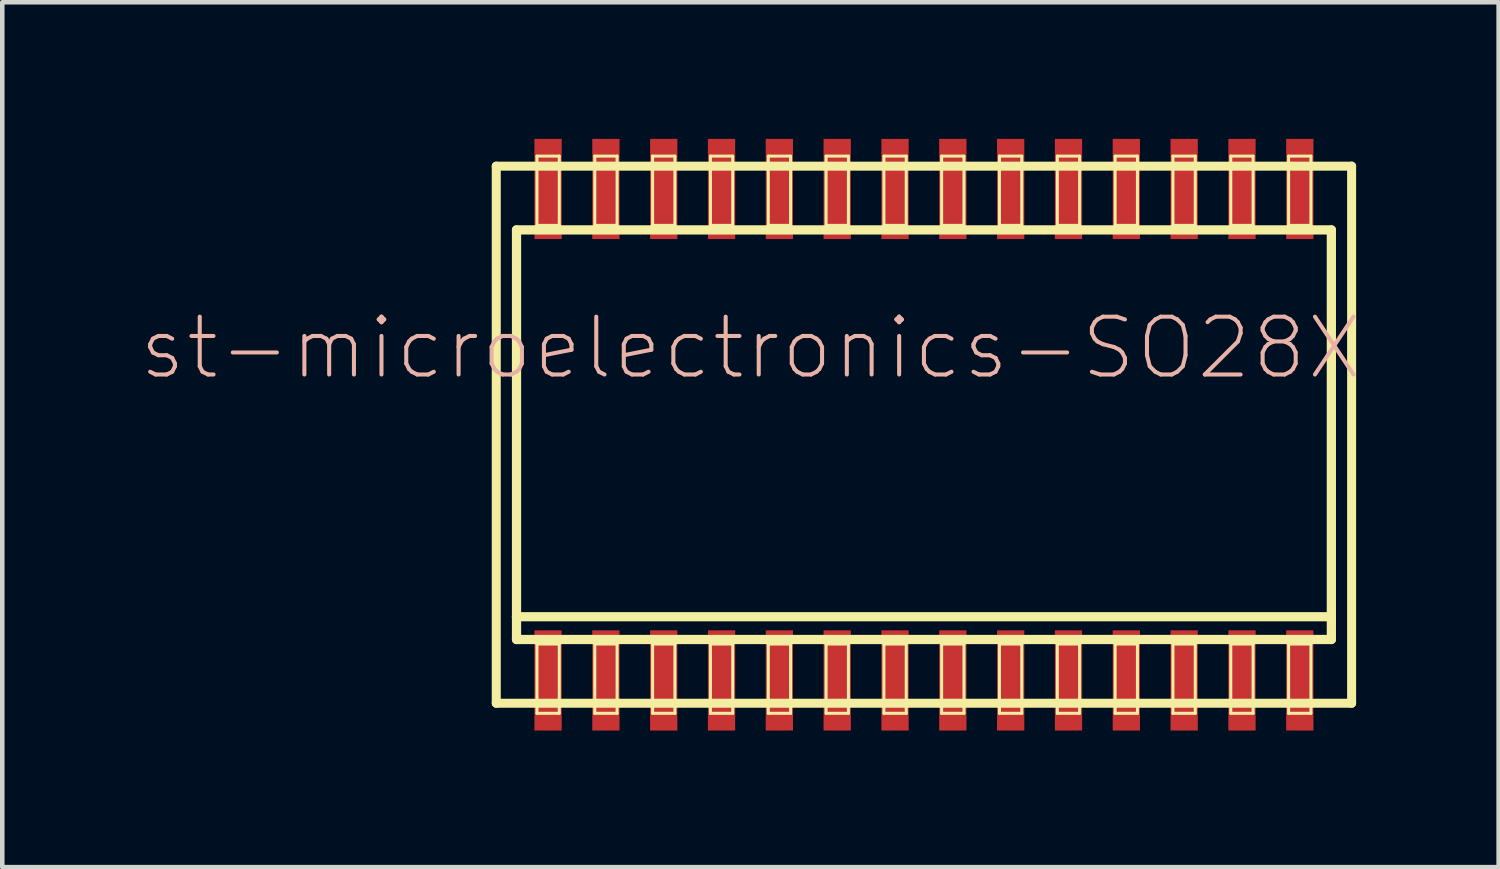
<source format=kicad_pcb>
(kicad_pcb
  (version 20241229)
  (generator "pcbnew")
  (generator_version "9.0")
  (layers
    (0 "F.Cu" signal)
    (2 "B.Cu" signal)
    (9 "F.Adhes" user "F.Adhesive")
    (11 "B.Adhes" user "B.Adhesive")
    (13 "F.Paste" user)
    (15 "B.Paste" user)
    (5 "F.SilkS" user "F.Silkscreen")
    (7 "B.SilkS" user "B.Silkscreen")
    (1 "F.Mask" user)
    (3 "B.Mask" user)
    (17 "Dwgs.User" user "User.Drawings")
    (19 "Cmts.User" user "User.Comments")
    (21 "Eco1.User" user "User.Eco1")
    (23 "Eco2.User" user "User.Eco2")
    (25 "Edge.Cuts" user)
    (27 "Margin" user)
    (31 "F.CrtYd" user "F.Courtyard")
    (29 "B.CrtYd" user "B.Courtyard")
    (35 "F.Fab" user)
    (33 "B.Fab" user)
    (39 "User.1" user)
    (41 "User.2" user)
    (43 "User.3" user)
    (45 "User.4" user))
  (footprint "st-microelectronics-SO28X"
    (layer "F.Cu")
    (at 17.242 6.497)
    (property "Reference" "st-microelectronics-SO28X" (at -3.81 -1.905 0) (layer "B.SilkS") (effects (font (size 1.27 1.27) (thickness 0.089))))
    (attr smd)
    (fp_line (start -9.393 -5.898) (end 9.393 -5.898) (stroke (width 0.198) (type solid)) (layer "F.SilkS"))
    (fp_line (start -9.393 5.898) (end -9.393 -5.898) (stroke (width 0.198) (type solid)) (layer "F.SilkS"))
    (fp_line (start -8.948 -4.498) (end 8.948 -4.498) (stroke (width 0.203) (type solid)) (layer "F.SilkS"))
    (fp_line (start -8.948 3.998) (end -8.948 -4.498) (stroke (width 0.203) (type solid)) (layer "F.SilkS"))
    (fp_line (start -8.948 4.498) (end -8.948 3.998) (stroke (width 0.203) (type solid)) (layer "F.SilkS"))
    (fp_line (start -8.499 -6.119) (end -8.009 -6.119) (stroke (width 0.066) (type solid)) (layer "F.SilkS"))
    (fp_line (start -8.499 -4.597) (end -8.499 -6.119) (stroke (width 0.066) (type solid)) (layer "F.SilkS"))
    (fp_line (start -8.499 -4.597) (end -8.009 -4.597) (stroke (width 0.066) (type solid)) (layer "F.SilkS"))
    (fp_line (start -8.499 4.597) (end -8.009 4.597) (stroke (width 0.066) (type solid)) (layer "F.SilkS"))
    (fp_line (start -8.499 6.119) (end -8.499 4.597) (stroke (width 0.066) (type solid)) (layer "F.SilkS"))
    (fp_line (start -8.499 6.119) (end -8.009 6.119) (stroke (width 0.066) (type solid)) (layer "F.SilkS"))
    (fp_line (start -8.009 -4.597) (end -8.009 -6.119) (stroke (width 0.066) (type solid)) (layer "F.SilkS"))
    (fp_line (start -8.009 6.119) (end -8.009 4.597) (stroke (width 0.066) (type solid)) (layer "F.SilkS"))
    (fp_line (start -7.229 -6.119) (end -6.739 -6.119) (stroke (width 0.066) (type solid)) (layer "F.SilkS"))
    (fp_line (start -7.229 -4.597) (end -7.229 -6.119) (stroke (width 0.066) (type solid)) (layer "F.SilkS"))
    (fp_line (start -7.229 -4.597) (end -6.739 -4.597) (stroke (width 0.066) (type solid)) (layer "F.SilkS"))
    (fp_line (start -7.229 4.597) (end -6.739 4.597) (stroke (width 0.066) (type solid)) (layer "F.SilkS"))
    (fp_line (start -7.229 6.119) (end -7.229 4.597) (stroke (width 0.066) (type solid)) (layer "F.SilkS"))
    (fp_line (start -7.229 6.119) (end -6.739 6.119) (stroke (width 0.066) (type solid)) (layer "F.SilkS"))
    (fp_line (start -6.739 -4.597) (end -6.739 -6.119) (stroke (width 0.066) (type solid)) (layer "F.SilkS"))
    (fp_line (start -6.739 6.119) (end -6.739 4.597) (stroke (width 0.066) (type solid)) (layer "F.SilkS"))
    (fp_line (start -5.959 -6.119) (end -5.469 -6.119) (stroke (width 0.066) (type solid)) (layer "F.SilkS"))
    (fp_line (start -5.959 -4.597) (end -5.959 -6.119) (stroke (width 0.066) (type solid)) (layer "F.SilkS"))
    (fp_line (start -5.959 -4.597) (end -5.469 -4.597) (stroke (width 0.066) (type solid)) (layer "F.SilkS"))
    (fp_line (start -5.959 4.597) (end -5.469 4.597) (stroke (width 0.066) (type solid)) (layer "F.SilkS"))
    (fp_line (start -5.959 6.119) (end -5.959 4.597) (stroke (width 0.066) (type solid)) (layer "F.SilkS"))
    (fp_line (start -5.959 6.119) (end -5.469 6.119) (stroke (width 0.066) (type solid)) (layer "F.SilkS"))
    (fp_line (start -5.469 -4.597) (end -5.469 -6.119) (stroke (width 0.066) (type solid)) (layer "F.SilkS"))
    (fp_line (start -5.469 6.119) (end -5.469 4.597) (stroke (width 0.066) (type solid)) (layer "F.SilkS"))
    (fp_line (start -4.689 -6.119) (end -4.199 -6.119) (stroke (width 0.066) (type solid)) (layer "F.SilkS"))
    (fp_line (start -4.689 -4.597) (end -4.689 -6.119) (stroke (width 0.066) (type solid)) (layer "F.SilkS"))
    (fp_line (start -4.689 -4.597) (end -4.199 -4.597) (stroke (width 0.066) (type solid)) (layer "F.SilkS"))
    (fp_line (start -4.689 4.597) (end -4.199 4.597) (stroke (width 0.066) (type solid)) (layer "F.SilkS"))
    (fp_line (start -4.689 6.119) (end -4.689 4.597) (stroke (width 0.066) (type solid)) (layer "F.SilkS"))
    (fp_line (start -4.689 6.119) (end -4.199 6.119) (stroke (width 0.066) (type solid)) (layer "F.SilkS"))
    (fp_line (start -4.199 -4.597) (end -4.199 -6.119) (stroke (width 0.066) (type solid)) (layer "F.SilkS"))
    (fp_line (start -4.199 6.119) (end -4.199 4.597) (stroke (width 0.066) (type solid)) (layer "F.SilkS"))
    (fp_line (start -3.419 -6.119) (end -2.929 -6.119) (stroke (width 0.066) (type solid)) (layer "F.SilkS"))
    (fp_line (start -3.419 -4.597) (end -3.419 -6.119) (stroke (width 0.066) (type solid)) (layer "F.SilkS"))
    (fp_line (start -3.419 -4.597) (end -2.929 -4.597) (stroke (width 0.066) (type solid)) (layer "F.SilkS"))
    (fp_line (start -3.419 4.597) (end -2.929 4.597) (stroke (width 0.066) (type solid)) (layer "F.SilkS"))
    (fp_line (start -3.419 6.119) (end -3.419 4.597) (stroke (width 0.066) (type solid)) (layer "F.SilkS"))
    (fp_line (start -3.419 6.119) (end -2.929 6.119) (stroke (width 0.066) (type solid)) (layer "F.SilkS"))
    (fp_line (start -2.929 -4.597) (end -2.929 -6.119) (stroke (width 0.066) (type solid)) (layer "F.SilkS"))
    (fp_line (start -2.929 6.119) (end -2.929 4.597) (stroke (width 0.066) (type solid)) (layer "F.SilkS"))
    (fp_line (start -2.149 -6.119) (end -1.659 -6.119) (stroke (width 0.066) (type solid)) (layer "F.SilkS"))
    (fp_line (start -2.149 -4.597) (end -2.149 -6.119) (stroke (width 0.066) (type solid)) (layer "F.SilkS"))
    (fp_line (start -2.149 -4.597) (end -1.659 -4.597) (stroke (width 0.066) (type solid)) (layer "F.SilkS"))
    (fp_line (start -2.149 4.597) (end -1.659 4.597) (stroke (width 0.066) (type solid)) (layer "F.SilkS"))
    (fp_line (start -2.149 6.119) (end -2.149 4.597) (stroke (width 0.066) (type solid)) (layer "F.SilkS"))
    (fp_line (start -2.149 6.119) (end -1.659 6.119) (stroke (width 0.066) (type solid)) (layer "F.SilkS"))
    (fp_line (start -1.659 -4.597) (end -1.659 -6.119) (stroke (width 0.066) (type solid)) (layer "F.SilkS"))
    (fp_line (start -1.659 6.119) (end -1.659 4.597) (stroke (width 0.066) (type solid)) (layer "F.SilkS"))
    (fp_line (start -0.879 -6.119) (end -0.389 -6.119) (stroke (width 0.066) (type solid)) (layer "F.SilkS"))
    (fp_line (start -0.879 -4.597) (end -0.879 -6.119) (stroke (width 0.066) (type solid)) (layer "F.SilkS"))
    (fp_line (start -0.879 -4.597) (end -0.389 -4.597) (stroke (width 0.066) (type solid)) (layer "F.SilkS"))
    (fp_line (start -0.879 4.597) (end -0.389 4.597) (stroke (width 0.066) (type solid)) (layer "F.SilkS"))
    (fp_line (start -0.879 6.119) (end -0.879 4.597) (stroke (width 0.066) (type solid)) (layer "F.SilkS"))
    (fp_line (start -0.879 6.119) (end -0.389 6.119) (stroke (width 0.066) (type solid)) (layer "F.SilkS"))
    (fp_line (start -0.389 -4.597) (end -0.389 -6.119) (stroke (width 0.066) (type solid)) (layer "F.SilkS"))
    (fp_line (start -0.389 6.119) (end -0.389 4.597) (stroke (width 0.066) (type solid)) (layer "F.SilkS"))
    (fp_line (start 0.389 -6.119) (end 0.879 -6.119) (stroke (width 0.066) (type solid)) (layer "F.SilkS"))
    (fp_line (start 0.389 -4.597) (end 0.389 -6.119) (stroke (width 0.066) (type solid)) (layer "F.SilkS"))
    (fp_line (start 0.389 -4.597) (end 0.879 -4.597) (stroke (width 0.066) (type solid)) (layer "F.SilkS"))
    (fp_line (start 0.389 4.597) (end 0.879 4.597) (stroke (width 0.066) (type solid)) (layer "F.SilkS"))
    (fp_line (start 0.389 6.119) (end 0.389 4.597) (stroke (width 0.066) (type solid)) (layer "F.SilkS"))
    (fp_line (start 0.389 6.119) (end 0.879 6.119) (stroke (width 0.066) (type solid)) (layer "F.SilkS"))
    (fp_line (start 0.879 -4.597) (end 0.879 -6.119) (stroke (width 0.066) (type solid)) (layer "F.SilkS"))
    (fp_line (start 0.879 6.119) (end 0.879 4.597) (stroke (width 0.066) (type solid)) (layer "F.SilkS"))
    (fp_line (start 1.659 -6.119) (end 2.149 -6.119) (stroke (width 0.066) (type solid)) (layer "F.SilkS"))
    (fp_line (start 1.659 -4.597) (end 1.659 -6.119) (stroke (width 0.066) (type solid)) (layer "F.SilkS"))
    (fp_line (start 1.659 -4.597) (end 2.149 -4.597) (stroke (width 0.066) (type solid)) (layer "F.SilkS"))
    (fp_line (start 1.659 4.597) (end 2.149 4.597) (stroke (width 0.066) (type solid)) (layer "F.SilkS"))
    (fp_line (start 1.659 6.119) (end 1.659 4.597) (stroke (width 0.066) (type solid)) (layer "F.SilkS"))
    (fp_line (start 1.659 6.119) (end 2.149 6.119) (stroke (width 0.066) (type solid)) (layer "F.SilkS"))
    (fp_line (start 2.149 -4.597) (end 2.149 -6.119) (stroke (width 0.066) (type solid)) (layer "F.SilkS"))
    (fp_line (start 2.149 6.119) (end 2.149 4.597) (stroke (width 0.066) (type solid)) (layer "F.SilkS"))
    (fp_line (start 2.929 -6.119) (end 3.419 -6.119) (stroke (width 0.066) (type solid)) (layer "F.SilkS"))
    (fp_line (start 2.929 -4.597) (end 2.929 -6.119) (stroke (width 0.066) (type solid)) (layer "F.SilkS"))
    (fp_line (start 2.929 -4.597) (end 3.419 -4.597) (stroke (width 0.066) (type solid)) (layer "F.SilkS"))
    (fp_line (start 2.929 4.597) (end 3.419 4.597) (stroke (width 0.066) (type solid)) (layer "F.SilkS"))
    (fp_line (start 2.929 6.119) (end 2.929 4.597) (stroke (width 0.066) (type solid)) (layer "F.SilkS"))
    (fp_line (start 2.929 6.119) (end 3.419 6.119) (stroke (width 0.066) (type solid)) (layer "F.SilkS"))
    (fp_line (start 3.419 -4.597) (end 3.419 -6.119) (stroke (width 0.066) (type solid)) (layer "F.SilkS"))
    (fp_line (start 3.419 6.119) (end 3.419 4.597) (stroke (width 0.066) (type solid)) (layer "F.SilkS"))
    (fp_line (start 4.199 -6.119) (end 4.689 -6.119) (stroke (width 0.066) (type solid)) (layer "F.SilkS"))
    (fp_line (start 4.199 -4.597) (end 4.199 -6.119) (stroke (width 0.066) (type solid)) (layer "F.SilkS"))
    (fp_line (start 4.199 -4.597) (end 4.689 -4.597) (stroke (width 0.066) (type solid)) (layer "F.SilkS"))
    (fp_line (start 4.199 4.597) (end 4.689 4.597) (stroke (width 0.066) (type solid)) (layer "F.SilkS"))
    (fp_line (start 4.199 6.119) (end 4.199 4.597) (stroke (width 0.066) (type solid)) (layer "F.SilkS"))
    (fp_line (start 4.199 6.119) (end 4.689 6.119) (stroke (width 0.066) (type solid)) (layer "F.SilkS"))
    (fp_line (start 4.689 -4.597) (end 4.689 -6.119) (stroke (width 0.066) (type solid)) (layer "F.SilkS"))
    (fp_line (start 4.689 6.119) (end 4.689 4.597) (stroke (width 0.066) (type solid)) (layer "F.SilkS"))
    (fp_line (start 5.469 -6.119) (end 5.959 -6.119) (stroke (width 0.066) (type solid)) (layer "F.SilkS"))
    (fp_line (start 5.469 -4.597) (end 5.469 -6.119) (stroke (width 0.066) (type solid)) (layer "F.SilkS"))
    (fp_line (start 5.469 -4.597) (end 5.959 -4.597) (stroke (width 0.066) (type solid)) (layer "F.SilkS"))
    (fp_line (start 5.469 4.597) (end 5.959 4.597) (stroke (width 0.066) (type solid)) (layer "F.SilkS"))
    (fp_line (start 5.469 6.119) (end 5.469 4.597) (stroke (width 0.066) (type solid)) (layer "F.SilkS"))
    (fp_line (start 5.469 6.119) (end 5.959 6.119) (stroke (width 0.066) (type solid)) (layer "F.SilkS"))
    (fp_line (start 5.959 -4.597) (end 5.959 -6.119) (stroke (width 0.066) (type solid)) (layer "F.SilkS"))
    (fp_line (start 5.959 6.119) (end 5.959 4.597) (stroke (width 0.066) (type solid)) (layer "F.SilkS"))
    (fp_line (start 6.739 -6.119) (end 7.229 -6.119) (stroke (width 0.066) (type solid)) (layer "F.SilkS"))
    (fp_line (start 6.739 -4.597) (end 6.739 -6.119) (stroke (width 0.066) (type solid)) (layer "F.SilkS"))
    (fp_line (start 6.739 -4.597) (end 7.229 -4.597) (stroke (width 0.066) (type solid)) (layer "F.SilkS"))
    (fp_line (start 6.739 4.597) (end 7.229 4.597) (stroke (width 0.066) (type solid)) (layer "F.SilkS"))
    (fp_line (start 6.739 6.119) (end 6.739 4.597) (stroke (width 0.066) (type solid)) (layer "F.SilkS"))
    (fp_line (start 6.739 6.119) (end 7.229 6.119) (stroke (width 0.066) (type solid)) (layer "F.SilkS"))
    (fp_line (start 7.229 -4.597) (end 7.229 -6.119) (stroke (width 0.066) (type solid)) (layer "F.SilkS"))
    (fp_line (start 7.229 6.119) (end 7.229 4.597) (stroke (width 0.066) (type solid)) (layer "F.SilkS"))
    (fp_line (start 8.009 -6.119) (end 8.499 -6.119) (stroke (width 0.066) (type solid)) (layer "F.SilkS"))
    (fp_line (start 8.009 -4.597) (end 8.009 -6.119) (stroke (width 0.066) (type solid)) (layer "F.SilkS"))
    (fp_line (start 8.009 -4.597) (end 8.499 -4.597) (stroke (width 0.066) (type solid)) (layer "F.SilkS"))
    (fp_line (start 8.009 4.597) (end 8.499 4.597) (stroke (width 0.066) (type solid)) (layer "F.SilkS"))
    (fp_line (start 8.009 6.119) (end 8.009 4.597) (stroke (width 0.066) (type solid)) (layer "F.SilkS"))
    (fp_line (start 8.009 6.119) (end 8.499 6.119) (stroke (width 0.066) (type solid)) (layer "F.SilkS"))
    (fp_line (start 8.499 -4.597) (end 8.499 -6.119) (stroke (width 0.066) (type solid)) (layer "F.SilkS"))
    (fp_line (start 8.499 6.119) (end 8.499 4.597) (stroke (width 0.066) (type solid)) (layer "F.SilkS"))
    (fp_line (start 8.948 -4.498) (end 8.948 3.998) (stroke (width 0.203) (type solid)) (layer "F.SilkS"))
    (fp_line (start 8.948 3.998) (end -8.948 3.998) (stroke (width 0.203) (type solid)) (layer "F.SilkS"))
    (fp_line (start 8.948 3.998) (end 8.948 4.498) (stroke (width 0.203) (type solid)) (layer "F.SilkS"))
    (fp_line (start 8.948 4.498) (end -8.948 4.498) (stroke (width 0.203) (type solid)) (layer "F.SilkS"))
    (fp_line (start 9.393 -5.898) (end 9.393 5.898) (stroke (width 0.198) (type solid)) (layer "F.SilkS"))
    (fp_line (start 9.393 5.898) (end -9.393 5.898) (stroke (width 0.198) (type solid)) (layer "F.SilkS"))
    (pad "1" smd rect (at -8.255 5.397) (size 0.599 2.2) (layers "F.Cu" "F.Mask" "F.Paste"))
    (pad "2" smd rect (at -6.985 5.397) (size 0.599 2.2) (layers "F.Cu" "F.Mask" "F.Paste"))
    (pad "3" smd rect (at -5.715 5.397) (size 0.599 2.2) (layers "F.Cu" "F.Mask" "F.Paste"))
    (pad "4" smd rect (at -4.445 5.397) (size 0.599 2.2) (layers "F.Cu" "F.Mask" "F.Paste"))
    (pad "5" smd rect (at -3.175 5.397) (size 0.599 2.2) (layers "F.Cu" "F.Mask" "F.Paste"))
    (pad "6" smd rect (at -1.905 5.397) (size 0.599 2.2) (layers "F.Cu" "F.Mask" "F.Paste"))
    (pad "7" smd rect (at -0.635 5.397) (size 0.599 2.2) (layers "F.Cu" "F.Mask" "F.Paste"))
    (pad "8" smd rect (at 0.635 5.397) (size 0.599 2.2) (layers "F.Cu" "F.Mask" "F.Paste"))
    (pad "9" smd rect (at 1.905 5.397) (size 0.599 2.2) (layers "F.Cu" "F.Mask" "F.Paste"))
    (pad "10" smd rect (at 3.175 5.397) (size 0.599 2.2) (layers "F.Cu" "F.Mask" "F.Paste"))
    (pad "11" smd rect (at 4.445 5.397) (size 0.599 2.2) (layers "F.Cu" "F.Mask" "F.Paste"))
    (pad "12" smd rect (at 5.715 5.397) (size 0.599 2.2) (layers "F.Cu" "F.Mask" "F.Paste"))
    (pad "13" smd rect (at 6.985 5.397) (size 0.599 2.2) (layers "F.Cu" "F.Mask" "F.Paste"))
    (pad "14" smd rect (at 8.255 5.397) (size 0.599 2.2) (layers "F.Cu" "F.Mask" "F.Paste"))
    (pad "15" smd rect (at 8.255 -5.397) (size 0.599 2.2) (layers "F.Cu" "F.Mask" "F.Paste"))
    (pad "16" smd rect (at 6.985 -5.397) (size 0.599 2.2) (layers "F.Cu" "F.Mask" "F.Paste"))
    (pad "17" smd rect (at 5.715 -5.397) (size 0.599 2.2) (layers "F.Cu" "F.Mask" "F.Paste"))
    (pad "18" smd rect (at 4.445 -5.397) (size 0.599 2.2) (layers "F.Cu" "F.Mask" "F.Paste"))
    (pad "19" smd rect (at 3.175 -5.397) (size 0.599 2.2) (layers "F.Cu" "F.Mask" "F.Paste"))
    (pad "20" smd rect (at 1.905 -5.397) (size 0.599 2.2) (layers "F.Cu" "F.Mask" "F.Paste"))
    (pad "21" smd rect (at 0.635 -5.397) (size 0.599 2.2) (layers "F.Cu" "F.Mask" "F.Paste"))
    (pad "22" smd rect (at -0.635 -5.397) (size 0.599 2.2) (layers "F.Cu" "F.Mask" "F.Paste"))
    (pad "23" smd rect (at -1.905 -5.397) (size 0.599 2.2) (layers "F.Cu" "F.Mask" "F.Paste"))
    (pad "24" smd rect (at -3.175 -5.397) (size 0.599 2.2) (layers "F.Cu" "F.Mask" "F.Paste"))
    (pad "25" smd rect (at -4.445 -5.397) (size 0.599 2.2) (layers "F.Cu" "F.Mask" "F.Paste"))
    (pad "26" smd rect (at -5.715 -5.397) (size 0.599 2.2) (layers "F.Cu" "F.Mask" "F.Paste"))
    (pad "27" smd rect (at -6.985 -5.397) (size 0.599 2.2) (layers "F.Cu" "F.Mask" "F.Paste"))
    (pad "28" smd rect (at -8.255 -5.397) (size 0.599 2.2) (layers "F.Cu" "F.Mask" "F.Paste")))
  (gr_rect
    (start -3 -3)
    (end 29.864 15.995)
    (stroke (width 0.1) (type default))
    (fill no)
    (layer "Edge.Cuts")))
</source>
